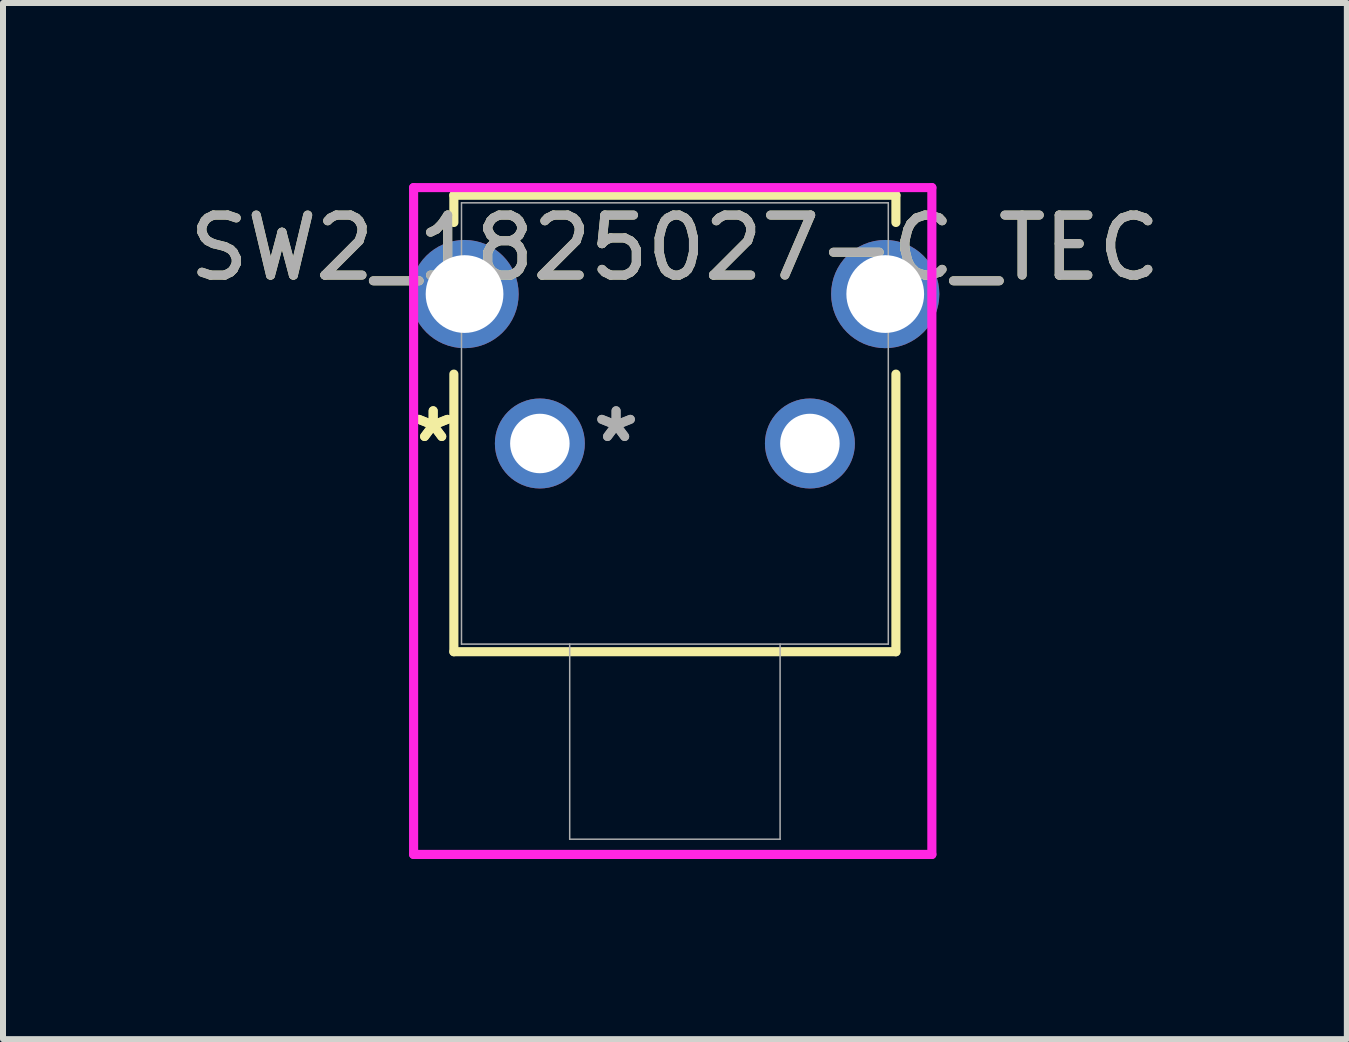
<source format=kicad_pcb>
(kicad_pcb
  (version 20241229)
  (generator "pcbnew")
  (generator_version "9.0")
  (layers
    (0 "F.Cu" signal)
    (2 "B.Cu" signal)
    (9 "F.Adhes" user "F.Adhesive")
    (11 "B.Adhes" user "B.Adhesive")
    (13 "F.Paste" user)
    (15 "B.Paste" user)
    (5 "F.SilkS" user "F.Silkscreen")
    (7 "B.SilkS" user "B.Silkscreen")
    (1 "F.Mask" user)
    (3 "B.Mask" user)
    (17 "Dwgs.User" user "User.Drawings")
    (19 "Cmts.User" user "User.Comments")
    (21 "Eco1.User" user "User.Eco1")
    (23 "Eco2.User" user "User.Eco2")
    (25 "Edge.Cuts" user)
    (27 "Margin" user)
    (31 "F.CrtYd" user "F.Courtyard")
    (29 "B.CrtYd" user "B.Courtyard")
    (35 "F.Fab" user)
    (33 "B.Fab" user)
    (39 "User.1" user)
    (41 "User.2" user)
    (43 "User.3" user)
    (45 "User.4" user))
  (footprint "SW2_1825027-C_TEC"
    (layer "F.Cu")
    (at 5.946 4.34)
    (property "Reference" "SW2_1825027-C_TEC" (at 2.25 -3.261 0) (unlocked yes) (layer "F.SilkS") (effects (font (size 1 1) (thickness 0.15))))
    (attr through_hole)
    (fp_line (start -1.433 -4.137) (end -1.433 -3.683) (stroke (width 0.152) (type solid)) (layer "F.SilkS"))
    (fp_line (start -1.433 -1.156) (end -1.433 3.47) (stroke (width 0.152) (type solid)) (layer "F.SilkS"))
    (fp_line (start -1.433 3.47) (end 5.933 3.47) (stroke (width 0.152) (type solid)) (layer "F.SilkS"))
    (fp_line (start 5.933 -4.137) (end -1.433 -4.137) (stroke (width 0.152) (type solid)) (layer "F.SilkS"))
    (fp_line (start 5.933 -3.683) (end 5.933 -4.137) (stroke (width 0.152) (type solid)) (layer "F.SilkS"))
    (fp_line (start 5.933 3.47) (end 5.933 -1.156) (stroke (width 0.152) (type solid)) (layer "F.SilkS"))
    (fp_line (start -2.104 -4.264) (end -2.104 6.848) (stroke (width 0.152) (type solid)) (layer "F.CrtYd"))
    (fp_line (start -2.104 6.848) (end 6.532 6.848) (stroke (width 0.152) (type solid)) (layer "F.CrtYd"))
    (fp_line (start 6.532 -4.264) (end -2.104 -4.264) (stroke (width 0.152) (type solid)) (layer "F.CrtYd"))
    (fp_line (start 6.532 6.848) (end 6.532 -4.264) (stroke (width 0.152) (type solid)) (layer "F.CrtYd"))
    (fp_line (start -1.306 -4.01) (end -1.306 3.343) (stroke (width 0.025) (type solid)) (layer "F.Fab"))
    (fp_line (start -1.306 3.343) (end 5.806 3.343) (stroke (width 0.025) (type solid)) (layer "F.Fab"))
    (fp_line (start 0.497 3.343) (end 0.497 6.594) (stroke (width 0.025) (type solid)) (layer "F.Fab"))
    (fp_line (start 0.497 6.594) (end 4.003 6.594) (stroke (width 0.025) (type solid)) (layer "F.Fab"))
    (fp_line (start 4.003 3.343) (end 4.003 6.594) (stroke (width 0.025) (type solid)) (layer "F.Fab"))
    (fp_line (start 5.806 -4.01) (end -1.306 -4.01) (stroke (width 0.025) (type solid)) (layer "F.Fab"))
    (fp_line (start 5.806 3.343) (end 5.806 -4.01) (stroke (width 0.025) (type solid)) (layer "F.Fab"))
    (fp_text user "*" (at -1.778 0 0) (unlocked yes) (layer "F.SilkS") (effects (font (size 1 1) (thickness 0.15))))
    (fp_text user "*" (at -1.778 0 0) (layer "F.SilkS") (effects (font (size 1 1) (thickness 0.15))))
    (fp_text user "*" (at 1.27 0 0) (layer "F.Fab") (effects (font (size 1 1) (thickness 0.15))))
    (fp_text user "${REFERENCE}" (at 2.25 -3.261 0) (unlocked yes) (layer "F.Fab") (effects (font (size 1 1) (thickness 0.15))))
    (fp_text user "*" (at 1.27 0 0) (unlocked yes) (layer "F.Fab") (effects (font (size 1 1) (thickness 0.15))))
    (pad "1" thru_hole circle (at 0 0) (size 1.499 1.499) (drill 0.991) (layers "*.Cu" "*.Mask"))
    (pad "2" thru_hole circle (at 4.5 0) (size 1.499 1.499) (drill 0.991) (layers "*.Cu" "*.Mask"))
    (pad "3" thru_hole circle (at -1.255 -2.49) (size 1.803 1.803) (drill 1.295) (layers "*.Cu" "*.Mask"))
    (pad "4" thru_hole circle (at 5.755 -2.49) (size 1.803 1.803) (drill 1.295) (layers "*.Cu" "*.Mask")))
  (gr_rect
    (start -3 -3)
    (end 19.393 14.265)
    (stroke (width 0.1) (type default))
    (fill no)
    (layer "Edge.Cuts")))
</source>
